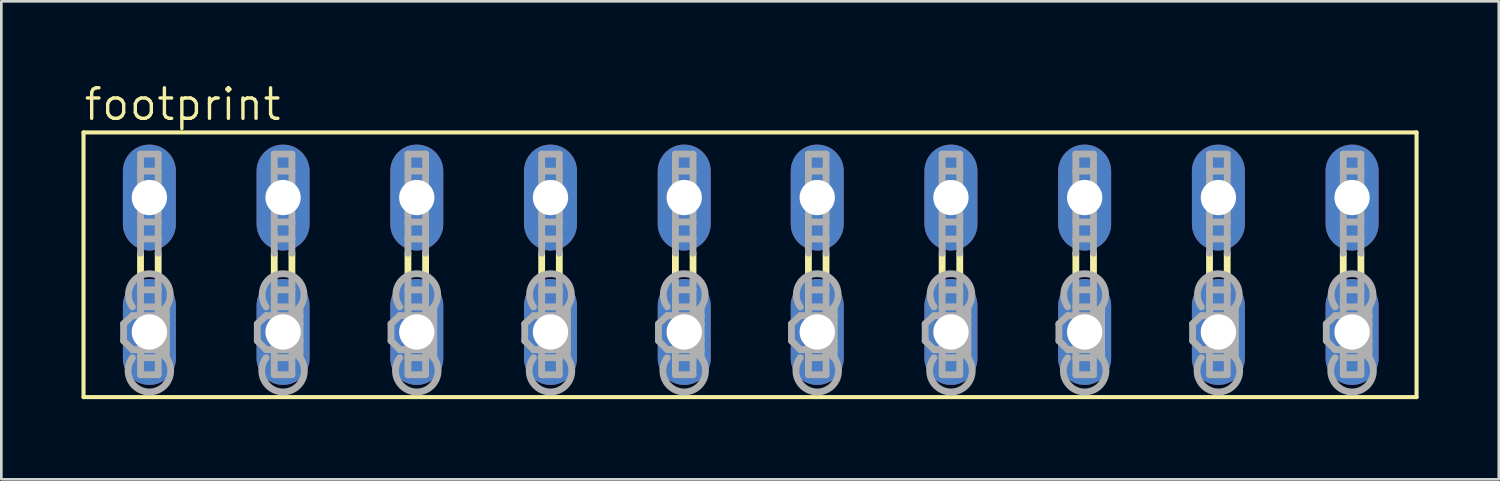
<source format=kicad_pcb>
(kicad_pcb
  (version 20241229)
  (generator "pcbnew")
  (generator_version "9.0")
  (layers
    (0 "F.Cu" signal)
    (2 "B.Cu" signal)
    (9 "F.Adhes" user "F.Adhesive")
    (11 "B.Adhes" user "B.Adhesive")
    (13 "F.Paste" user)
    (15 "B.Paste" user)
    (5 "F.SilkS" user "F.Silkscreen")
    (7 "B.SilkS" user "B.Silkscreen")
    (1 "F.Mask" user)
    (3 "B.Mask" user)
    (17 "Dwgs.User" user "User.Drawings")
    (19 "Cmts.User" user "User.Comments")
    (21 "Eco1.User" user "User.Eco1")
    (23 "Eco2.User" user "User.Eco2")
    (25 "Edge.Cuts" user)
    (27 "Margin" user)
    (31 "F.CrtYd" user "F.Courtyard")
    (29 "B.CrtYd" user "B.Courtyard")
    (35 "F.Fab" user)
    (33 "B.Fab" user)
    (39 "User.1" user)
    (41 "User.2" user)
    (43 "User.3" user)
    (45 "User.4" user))
  (footprint "footprint"
    (layer "F.Cu")
    (at 25.044 6.858)
    (property "Reference" "footprint" (at -25.019 -5.334 0) (layer "F.SilkS") (effects (font (size 1.143 1.143) (thickness 0.127)) (justify left bottom)))
    (fp_line (start -24.968 -4.953) (end -24.968 4.953) (stroke (width 0.152) (type solid)) (layer "F.SilkS"))
    (fp_line (start -24.968 -4.953) (end 24.917 -4.953) (stroke (width 0.152) (type solid)) (layer "F.SilkS"))
    (fp_line (start -22.835 0.432) (end -22.835 -0.432) (stroke (width 0.254) (type solid)) (layer "F.SilkS"))
    (fp_line (start -22.174 0.432) (end -22.174 -0.432) (stroke (width 0.254) (type solid)) (layer "F.SilkS"))
    (fp_line (start -17.831 0.432) (end -17.831 -0.432) (stroke (width 0.254) (type solid)) (layer "F.SilkS"))
    (fp_line (start -17.17 0.432) (end -17.17 -0.432) (stroke (width 0.254) (type solid)) (layer "F.SilkS"))
    (fp_line (start -12.827 0.432) (end -12.827 -0.432) (stroke (width 0.254) (type solid)) (layer "F.SilkS"))
    (fp_line (start -12.167 0.432) (end -12.167 -0.432) (stroke (width 0.254) (type solid)) (layer "F.SilkS"))
    (fp_line (start -7.823 0.432) (end -7.823 -0.432) (stroke (width 0.254) (type solid)) (layer "F.SilkS"))
    (fp_line (start -7.163 0.432) (end -7.163 -0.432) (stroke (width 0.254) (type solid)) (layer "F.SilkS"))
    (fp_line (start -2.819 0.432) (end -2.819 -0.432) (stroke (width 0.254) (type solid)) (layer "F.SilkS"))
    (fp_line (start -2.159 0.432) (end -2.159 -0.432) (stroke (width 0.254) (type solid)) (layer "F.SilkS"))
    (fp_line (start 2.159 0.432) (end 2.159 -0.432) (stroke (width 0.254) (type solid)) (layer "F.SilkS"))
    (fp_line (start 2.819 0.432) (end 2.819 -0.432) (stroke (width 0.254) (type solid)) (layer "F.SilkS"))
    (fp_line (start 7.163 0.432) (end 7.163 -0.432) (stroke (width 0.254) (type solid)) (layer "F.SilkS"))
    (fp_line (start 7.823 0.432) (end 7.823 -0.432) (stroke (width 0.254) (type solid)) (layer "F.SilkS"))
    (fp_line (start 12.167 0.432) (end 12.167 -0.432) (stroke (width 0.254) (type solid)) (layer "F.SilkS"))
    (fp_line (start 12.827 0.432) (end 12.827 -0.432) (stroke (width 0.254) (type solid)) (layer "F.SilkS"))
    (fp_line (start 17.17 0.432) (end 17.17 -0.432) (stroke (width 0.254) (type solid)) (layer "F.SilkS"))
    (fp_line (start 17.831 0.432) (end 17.831 -0.432) (stroke (width 0.254) (type solid)) (layer "F.SilkS"))
    (fp_line (start 22.174 0.432) (end 22.174 -0.432) (stroke (width 0.254) (type solid)) (layer "F.SilkS"))
    (fp_line (start 22.835 0.432) (end 22.835 -0.432) (stroke (width 0.254) (type solid)) (layer "F.SilkS"))
    (fp_line (start 24.917 4.953) (end -24.968 4.953) (stroke (width 0.152) (type solid)) (layer "F.SilkS"))
    (fp_line (start 24.917 4.953) (end 24.917 -4.953) (stroke (width 0.152) (type solid)) (layer "F.SilkS"))
    (fp_line (start -23.47 2.21) (end -23.139 1.905) (stroke (width 0.254) (type solid)) (layer "F.Fab"))
    (fp_line (start -23.47 2.845) (end -23.47 2.21) (stroke (width 0.254) (type solid)) (layer "F.Fab"))
    (fp_line (start -23.47 2.845) (end -23.139 3.175) (stroke (width 0.254) (type solid)) (layer "F.Fab"))
    (fp_line (start -22.835 -4.14) (end -22.174 -4.14) (stroke (width 0.254) (type solid)) (layer "F.Fab"))
    (fp_line (start -22.835 -3.505) (end -22.835 -4.14) (stroke (width 0.254) (type solid)) (layer "F.Fab"))
    (fp_line (start -22.835 -3.505) (end -22.835 -1.6) (stroke (width 0.254) (type solid)) (layer "F.Fab"))
    (fp_line (start -22.835 -1.6) (end -22.835 -0.965) (stroke (width 0.254) (type solid)) (layer "F.Fab"))
    (fp_line (start -22.835 -1.6) (end -22.174 -1.6) (stroke (width 0.254) (type solid)) (layer "F.Fab"))
    (fp_line (start -22.835 -0.965) (end -22.174 -0.965) (stroke (width 0.254) (type solid)) (layer "F.Fab"))
    (fp_line (start -22.835 -0.432) (end -22.835 -0.965) (stroke (width 0.254) (type solid)) (layer "F.Fab"))
    (fp_line (start -22.835 0.94) (end -22.835 0.432) (stroke (width 0.254) (type solid)) (layer "F.Fab"))
    (fp_line (start -22.835 0.94) (end -22.174 0.94) (stroke (width 0.254) (type solid)) (layer "F.Fab"))
    (fp_line (start -22.835 1.575) (end -22.835 0.94) (stroke (width 0.254) (type solid)) (layer "F.Fab"))
    (fp_line (start -22.835 1.575) (end -22.835 3.48) (stroke (width 0.254) (type solid)) (layer "F.Fab"))
    (fp_line (start -22.835 3.48) (end -22.835 4.115) (stroke (width 0.254) (type solid)) (layer "F.Fab"))
    (fp_line (start -22.835 3.48) (end -22.174 3.48) (stroke (width 0.254) (type solid)) (layer "F.Fab"))
    (fp_line (start -22.835 4.115) (end -22.174 4.115) (stroke (width 0.254) (type solid)) (layer "F.Fab"))
    (fp_line (start -22.174 -4.14) (end -22.174 -3.505) (stroke (width 0.254) (type solid)) (layer "F.Fab"))
    (fp_line (start -22.174 -3.505) (end -22.835 -3.505) (stroke (width 0.254) (type solid)) (layer "F.Fab"))
    (fp_line (start -22.174 -1.6) (end -22.174 -3.505) (stroke (width 0.254) (type solid)) (layer "F.Fab"))
    (fp_line (start -22.174 -0.965) (end -22.174 -1.6) (stroke (width 0.254) (type solid)) (layer "F.Fab"))
    (fp_line (start -22.174 -0.432) (end -22.174 -0.965) (stroke (width 0.254) (type solid)) (layer "F.Fab"))
    (fp_line (start -22.174 0.94) (end -22.174 0.432) (stroke (width 0.254) (type solid)) (layer "F.Fab"))
    (fp_line (start -22.174 0.94) (end -22.174 1.575) (stroke (width 0.254) (type solid)) (layer "F.Fab"))
    (fp_line (start -22.174 1.575) (end -22.835 1.575) (stroke (width 0.254) (type solid)) (layer "F.Fab"))
    (fp_line (start -22.174 1.905) (end -23.139 1.905) (stroke (width 0.254) (type solid)) (layer "F.Fab"))
    (fp_line (start -22.174 1.905) (end -22.174 1.575) (stroke (width 0.254) (type solid)) (layer "F.Fab"))
    (fp_line (start -22.174 1.905) (end -21.869 1.575) (stroke (width 0.254) (type solid)) (layer "F.Fab"))
    (fp_line (start -22.174 1.905) (end -21.869 2.21) (stroke (width 0.254) (type solid)) (layer "F.Fab"))
    (fp_line (start -22.174 3.175) (end -23.139 3.175) (stroke (width 0.254) (type solid)) (layer "F.Fab"))
    (fp_line (start -22.174 3.175) (end -22.174 1.905) (stroke (width 0.254) (type solid)) (layer "F.Fab"))
    (fp_line (start -22.174 3.175) (end -21.869 2.845) (stroke (width 0.254) (type solid)) (layer "F.Fab"))
    (fp_line (start -22.174 3.175) (end -21.869 3.48) (stroke (width 0.254) (type solid)) (layer "F.Fab"))
    (fp_line (start -22.174 3.48) (end -22.174 3.175) (stroke (width 0.254) (type solid)) (layer "F.Fab"))
    (fp_line (start -22.174 4.115) (end -22.174 3.48) (stroke (width 0.254) (type solid)) (layer "F.Fab"))
    (fp_line (start -21.869 1.905) (end -22.174 1.905) (stroke (width 0.254) (type solid)) (layer "F.Fab"))
    (fp_line (start -21.869 1.905) (end -21.869 1.575) (stroke (width 0.254) (type solid)) (layer "F.Fab"))
    (fp_line (start -21.869 2.21) (end -21.869 1.905) (stroke (width 0.254) (type solid)) (layer "F.Fab"))
    (fp_line (start -21.869 2.845) (end -21.869 2.21) (stroke (width 0.254) (type solid)) (layer "F.Fab"))
    (fp_line (start -21.869 3.175) (end -22.174 3.175) (stroke (width 0.254) (type solid)) (layer "F.Fab"))
    (fp_line (start -21.869 3.175) (end -21.869 2.845) (stroke (width 0.254) (type solid)) (layer "F.Fab"))
    (fp_line (start -21.869 3.48) (end -21.869 3.175) (stroke (width 0.254) (type solid)) (layer "F.Fab"))
    (fp_line (start -18.466 2.21) (end -18.136 1.905) (stroke (width 0.254) (type solid)) (layer "F.Fab"))
    (fp_line (start -18.466 2.845) (end -18.466 2.21) (stroke (width 0.254) (type solid)) (layer "F.Fab"))
    (fp_line (start -18.466 2.845) (end -18.136 3.175) (stroke (width 0.254) (type solid)) (layer "F.Fab"))
    (fp_line (start -17.831 -4.14) (end -17.17 -4.14) (stroke (width 0.254) (type solid)) (layer "F.Fab"))
    (fp_line (start -17.831 -3.505) (end -17.831 -4.14) (stroke (width 0.254) (type solid)) (layer "F.Fab"))
    (fp_line (start -17.831 -3.505) (end -17.831 -1.6) (stroke (width 0.254) (type solid)) (layer "F.Fab"))
    (fp_line (start -17.831 -1.6) (end -17.831 -0.965) (stroke (width 0.254) (type solid)) (layer "F.Fab"))
    (fp_line (start -17.831 -1.6) (end -17.17 -1.6) (stroke (width 0.254) (type solid)) (layer "F.Fab"))
    (fp_line (start -17.831 -0.965) (end -17.17 -0.965) (stroke (width 0.254) (type solid)) (layer "F.Fab"))
    (fp_line (start -17.831 -0.432) (end -17.831 -0.965) (stroke (width 0.254) (type solid)) (layer "F.Fab"))
    (fp_line (start -17.831 0.94) (end -17.831 0.432) (stroke (width 0.254) (type solid)) (layer "F.Fab"))
    (fp_line (start -17.831 0.94) (end -17.17 0.94) (stroke (width 0.254) (type solid)) (layer "F.Fab"))
    (fp_line (start -17.831 1.575) (end -17.831 0.94) (stroke (width 0.254) (type solid)) (layer "F.Fab"))
    (fp_line (start -17.831 1.575) (end -17.831 3.48) (stroke (width 0.254) (type solid)) (layer "F.Fab"))
    (fp_line (start -17.831 3.48) (end -17.831 4.115) (stroke (width 0.254) (type solid)) (layer "F.Fab"))
    (fp_line (start -17.831 3.48) (end -17.17 3.48) (stroke (width 0.254) (type solid)) (layer "F.Fab"))
    (fp_line (start -17.831 4.115) (end -17.17 4.115) (stroke (width 0.254) (type solid)) (layer "F.Fab"))
    (fp_line (start -17.17 -4.14) (end -17.17 -3.505) (stroke (width 0.254) (type solid)) (layer "F.Fab"))
    (fp_line (start -17.17 -3.505) (end -17.831 -3.505) (stroke (width 0.254) (type solid)) (layer "F.Fab"))
    (fp_line (start -17.17 -1.6) (end -17.17 -3.505) (stroke (width 0.254) (type solid)) (layer "F.Fab"))
    (fp_line (start -17.17 -0.965) (end -17.17 -1.6) (stroke (width 0.254) (type solid)) (layer "F.Fab"))
    (fp_line (start -17.17 -0.432) (end -17.17 -0.965) (stroke (width 0.254) (type solid)) (layer "F.Fab"))
    (fp_line (start -17.17 0.94) (end -17.17 0.432) (stroke (width 0.254) (type solid)) (layer "F.Fab"))
    (fp_line (start -17.17 0.94) (end -17.17 1.575) (stroke (width 0.254) (type solid)) (layer "F.Fab"))
    (fp_line (start -17.17 1.575) (end -17.831 1.575) (stroke (width 0.254) (type solid)) (layer "F.Fab"))
    (fp_line (start -17.17 1.905) (end -18.136 1.905) (stroke (width 0.254) (type solid)) (layer "F.Fab"))
    (fp_line (start -17.17 1.905) (end -17.17 1.575) (stroke (width 0.254) (type solid)) (layer "F.Fab"))
    (fp_line (start -17.17 1.905) (end -16.866 1.575) (stroke (width 0.254) (type solid)) (layer "F.Fab"))
    (fp_line (start -17.17 1.905) (end -16.866 2.21) (stroke (width 0.254) (type solid)) (layer "F.Fab"))
    (fp_line (start -17.17 3.175) (end -18.136 3.175) (stroke (width 0.254) (type solid)) (layer "F.Fab"))
    (fp_line (start -17.17 3.175) (end -17.17 1.905) (stroke (width 0.254) (type solid)) (layer "F.Fab"))
    (fp_line (start -17.17 3.175) (end -16.866 2.845) (stroke (width 0.254) (type solid)) (layer "F.Fab"))
    (fp_line (start -17.17 3.175) (end -16.866 3.48) (stroke (width 0.254) (type solid)) (layer "F.Fab"))
    (fp_line (start -17.17 3.48) (end -17.17 3.175) (stroke (width 0.254) (type solid)) (layer "F.Fab"))
    (fp_line (start -17.17 4.115) (end -17.17 3.48) (stroke (width 0.254) (type solid)) (layer "F.Fab"))
    (fp_line (start -16.866 1.905) (end -17.17 1.905) (stroke (width 0.254) (type solid)) (layer "F.Fab"))
    (fp_line (start -16.866 1.905) (end -16.866 1.575) (stroke (width 0.254) (type solid)) (layer "F.Fab"))
    (fp_line (start -16.866 2.21) (end -16.866 1.905) (stroke (width 0.254) (type solid)) (layer "F.Fab"))
    (fp_line (start -16.866 2.845) (end -16.866 2.21) (stroke (width 0.254) (type solid)) (layer "F.Fab"))
    (fp_line (start -16.866 3.175) (end -17.17 3.175) (stroke (width 0.254) (type solid)) (layer "F.Fab"))
    (fp_line (start -16.866 3.175) (end -16.866 2.845) (stroke (width 0.254) (type solid)) (layer "F.Fab"))
    (fp_line (start -16.866 3.48) (end -16.866 3.175) (stroke (width 0.254) (type solid)) (layer "F.Fab"))
    (fp_line (start -13.462 2.21) (end -13.132 1.905) (stroke (width 0.254) (type solid)) (layer "F.Fab"))
    (fp_line (start -13.462 2.845) (end -13.462 2.21) (stroke (width 0.254) (type solid)) (layer "F.Fab"))
    (fp_line (start -13.462 2.845) (end -13.132 3.175) (stroke (width 0.254) (type solid)) (layer "F.Fab"))
    (fp_line (start -12.827 -4.14) (end -12.167 -4.14) (stroke (width 0.254) (type solid)) (layer "F.Fab"))
    (fp_line (start -12.827 -3.505) (end -12.827 -4.14) (stroke (width 0.254) (type solid)) (layer "F.Fab"))
    (fp_line (start -12.827 -3.505) (end -12.827 -1.6) (stroke (width 0.254) (type solid)) (layer "F.Fab"))
    (fp_line (start -12.827 -1.6) (end -12.167 -1.6) (stroke (width 0.254) (type solid)) (layer "F.Fab"))
    (fp_line (start -12.827 -0.965) (end -12.827 -1.6) (stroke (width 0.254) (type solid)) (layer "F.Fab"))
    (fp_line (start -12.827 -0.965) (end -12.167 -0.965) (stroke (width 0.254) (type solid)) (layer "F.Fab"))
    (fp_line (start -12.827 -0.432) (end -12.827 -0.965) (stroke (width 0.254) (type solid)) (layer "F.Fab"))
    (fp_line (start -12.827 0.94) (end -12.827 0.432) (stroke (width 0.254) (type solid)) (layer "F.Fab"))
    (fp_line (start -12.827 0.94) (end -12.167 0.94) (stroke (width 0.254) (type solid)) (layer "F.Fab"))
    (fp_line (start -12.827 1.575) (end -12.827 0.94) (stroke (width 0.254) (type solid)) (layer "F.Fab"))
    (fp_line (start -12.827 1.575) (end -12.827 3.48) (stroke (width 0.254) (type solid)) (layer "F.Fab"))
    (fp_line (start -12.827 3.48) (end -12.827 4.115) (stroke (width 0.254) (type solid)) (layer "F.Fab"))
    (fp_line (start -12.827 3.48) (end -12.167 3.48) (stroke (width 0.254) (type solid)) (layer "F.Fab"))
    (fp_line (start -12.827 4.115) (end -12.167 4.115) (stroke (width 0.254) (type solid)) (layer "F.Fab"))
    (fp_line (start -12.167 -4.14) (end -12.167 -3.505) (stroke (width 0.254) (type solid)) (layer "F.Fab"))
    (fp_line (start -12.167 -3.505) (end -12.827 -3.505) (stroke (width 0.254) (type solid)) (layer "F.Fab"))
    (fp_line (start -12.167 -1.6) (end -12.167 -3.505) (stroke (width 0.254) (type solid)) (layer "F.Fab"))
    (fp_line (start -12.167 -0.965) (end -12.167 -1.6) (stroke (width 0.254) (type solid)) (layer "F.Fab"))
    (fp_line (start -12.167 -0.432) (end -12.167 -0.965) (stroke (width 0.254) (type solid)) (layer "F.Fab"))
    (fp_line (start -12.167 0.94) (end -12.167 0.432) (stroke (width 0.254) (type solid)) (layer "F.Fab"))
    (fp_line (start -12.167 0.94) (end -12.167 1.575) (stroke (width 0.254) (type solid)) (layer "F.Fab"))
    (fp_line (start -12.167 1.575) (end -12.827 1.575) (stroke (width 0.254) (type solid)) (layer "F.Fab"))
    (fp_line (start -12.167 1.905) (end -13.132 1.905) (stroke (width 0.254) (type solid)) (layer "F.Fab"))
    (fp_line (start -12.167 1.905) (end -12.167 1.575) (stroke (width 0.254) (type solid)) (layer "F.Fab"))
    (fp_line (start -12.167 1.905) (end -11.862 1.575) (stroke (width 0.254) (type solid)) (layer "F.Fab"))
    (fp_line (start -12.167 1.905) (end -11.862 2.21) (stroke (width 0.254) (type solid)) (layer "F.Fab"))
    (fp_line (start -12.167 3.175) (end -13.132 3.175) (stroke (width 0.254) (type solid)) (layer "F.Fab"))
    (fp_line (start -12.167 3.175) (end -12.167 1.905) (stroke (width 0.254) (type solid)) (layer "F.Fab"))
    (fp_line (start -12.167 3.175) (end -11.862 2.845) (stroke (width 0.254) (type solid)) (layer "F.Fab"))
    (fp_line (start -12.167 3.175) (end -11.862 3.48) (stroke (width 0.254) (type solid)) (layer "F.Fab"))
    (fp_line (start -12.167 3.48) (end -12.167 3.175) (stroke (width 0.254) (type solid)) (layer "F.Fab"))
    (fp_line (start -12.167 4.115) (end -12.167 3.48) (stroke (width 0.254) (type solid)) (layer "F.Fab"))
    (fp_line (start -11.862 1.905) (end -12.167 1.905) (stroke (width 0.254) (type solid)) (layer "F.Fab"))
    (fp_line (start -11.862 1.905) (end -11.862 1.575) (stroke (width 0.254) (type solid)) (layer "F.Fab"))
    (fp_line (start -11.862 2.21) (end -11.862 1.905) (stroke (width 0.254) (type solid)) (layer "F.Fab"))
    (fp_line (start -11.862 2.845) (end -11.862 2.21) (stroke (width 0.254) (type solid)) (layer "F.Fab"))
    (fp_line (start -11.862 3.175) (end -12.167 3.175) (stroke (width 0.254) (type solid)) (layer "F.Fab"))
    (fp_line (start -11.862 3.175) (end -11.862 2.845) (stroke (width 0.254) (type solid)) (layer "F.Fab"))
    (fp_line (start -11.862 3.48) (end -11.862 3.175) (stroke (width 0.254) (type solid)) (layer "F.Fab"))
    (fp_line (start -8.458 2.21) (end -8.128 1.905) (stroke (width 0.254) (type solid)) (layer "F.Fab"))
    (fp_line (start -8.458 2.845) (end -8.458 2.21) (stroke (width 0.254) (type solid)) (layer "F.Fab"))
    (fp_line (start -8.458 2.845) (end -8.128 3.175) (stroke (width 0.254) (type solid)) (layer "F.Fab"))
    (fp_line (start -7.823 -4.14) (end -7.163 -4.14) (stroke (width 0.254) (type solid)) (layer "F.Fab"))
    (fp_line (start -7.823 -3.505) (end -7.823 -4.14) (stroke (width 0.254) (type solid)) (layer "F.Fab"))
    (fp_line (start -7.823 -3.505) (end -7.823 -1.6) (stroke (width 0.254) (type solid)) (layer "F.Fab"))
    (fp_line (start -7.823 -1.6) (end -7.163 -1.6) (stroke (width 0.254) (type solid)) (layer "F.Fab"))
    (fp_line (start -7.823 -0.965) (end -7.823 -1.6) (stroke (width 0.254) (type solid)) (layer "F.Fab"))
    (fp_line (start -7.823 -0.965) (end -7.163 -0.965) (stroke (width 0.254) (type solid)) (layer "F.Fab"))
    (fp_line (start -7.823 -0.432) (end -7.823 -0.965) (stroke (width 0.254) (type solid)) (layer "F.Fab"))
    (fp_line (start -7.823 0.94) (end -7.823 0.432) (stroke (width 0.254) (type solid)) (layer "F.Fab"))
    (fp_line (start -7.823 0.94) (end -7.163 0.94) (stroke (width 0.254) (type solid)) (layer "F.Fab"))
    (fp_line (start -7.823 1.575) (end -7.823 0.94) (stroke (width 0.254) (type solid)) (layer "F.Fab"))
    (fp_line (start -7.823 1.575) (end -7.823 3.48) (stroke (width 0.254) (type solid)) (layer "F.Fab"))
    (fp_line (start -7.823 3.48) (end -7.823 4.115) (stroke (width 0.254) (type solid)) (layer "F.Fab"))
    (fp_line (start -7.823 3.48) (end -7.163 3.48) (stroke (width 0.254) (type solid)) (layer "F.Fab"))
    (fp_line (start -7.823 4.115) (end -7.163 4.115) (stroke (width 0.254) (type solid)) (layer "F.Fab"))
    (fp_line (start -7.163 -4.14) (end -7.163 -3.505) (stroke (width 0.254) (type solid)) (layer "F.Fab"))
    (fp_line (start -7.163 -3.505) (end -7.823 -3.505) (stroke (width 0.254) (type solid)) (layer "F.Fab"))
    (fp_line (start -7.163 -1.6) (end -7.163 -3.505) (stroke (width 0.254) (type solid)) (layer "F.Fab"))
    (fp_line (start -7.163 -0.965) (end -7.163 -1.6) (stroke (width 0.254) (type solid)) (layer "F.Fab"))
    (fp_line (start -7.163 -0.432) (end -7.163 -0.965) (stroke (width 0.254) (type solid)) (layer "F.Fab"))
    (fp_line (start -7.163 0.94) (end -7.163 0.432) (stroke (width 0.254) (type solid)) (layer "F.Fab"))
    (fp_line (start -7.163 0.94) (end -7.163 1.575) (stroke (width 0.254) (type solid)) (layer "F.Fab"))
    (fp_line (start -7.163 1.575) (end -7.823 1.575) (stroke (width 0.254) (type solid)) (layer "F.Fab"))
    (fp_line (start -7.163 1.905) (end -8.128 1.905) (stroke (width 0.254) (type solid)) (layer "F.Fab"))
    (fp_line (start -7.163 1.905) (end -7.163 1.575) (stroke (width 0.254) (type solid)) (layer "F.Fab"))
    (fp_line (start -7.163 1.905) (end -6.858 1.575) (stroke (width 0.254) (type solid)) (layer "F.Fab"))
    (fp_line (start -7.163 1.905) (end -6.858 2.21) (stroke (width 0.254) (type solid)) (layer "F.Fab"))
    (fp_line (start -7.163 3.175) (end -8.128 3.175) (stroke (width 0.254) (type solid)) (layer "F.Fab"))
    (fp_line (start -7.163 3.175) (end -7.163 1.905) (stroke (width 0.254) (type solid)) (layer "F.Fab"))
    (fp_line (start -7.163 3.175) (end -6.858 2.845) (stroke (width 0.254) (type solid)) (layer "F.Fab"))
    (fp_line (start -7.163 3.175) (end -6.858 3.48) (stroke (width 0.254) (type solid)) (layer "F.Fab"))
    (fp_line (start -7.163 3.48) (end -7.163 3.175) (stroke (width 0.254) (type solid)) (layer "F.Fab"))
    (fp_line (start -7.163 4.115) (end -7.163 3.48) (stroke (width 0.254) (type solid)) (layer "F.Fab"))
    (fp_line (start -6.858 1.905) (end -7.163 1.905) (stroke (width 0.254) (type solid)) (layer "F.Fab"))
    (fp_line (start -6.858 1.905) (end -6.858 1.575) (stroke (width 0.254) (type solid)) (layer "F.Fab"))
    (fp_line (start -6.858 2.21) (end -6.858 1.905) (stroke (width 0.254) (type solid)) (layer "F.Fab"))
    (fp_line (start -6.858 2.845) (end -6.858 2.21) (stroke (width 0.254) (type solid)) (layer "F.Fab"))
    (fp_line (start -6.858 3.175) (end -7.163 3.175) (stroke (width 0.254) (type solid)) (layer "F.Fab"))
    (fp_line (start -6.858 3.175) (end -6.858 2.845) (stroke (width 0.254) (type solid)) (layer "F.Fab"))
    (fp_line (start -6.858 3.48) (end -6.858 3.175) (stroke (width 0.254) (type solid)) (layer "F.Fab"))
    (fp_line (start -3.454 2.21) (end -3.124 1.905) (stroke (width 0.254) (type solid)) (layer "F.Fab"))
    (fp_line (start -3.454 2.845) (end -3.454 2.21) (stroke (width 0.254) (type solid)) (layer "F.Fab"))
    (fp_line (start -3.454 2.845) (end -3.124 3.175) (stroke (width 0.254) (type solid)) (layer "F.Fab"))
    (fp_line (start -2.819 -4.14) (end -2.159 -4.14) (stroke (width 0.254) (type solid)) (layer "F.Fab"))
    (fp_line (start -2.819 -3.505) (end -2.819 -4.14) (stroke (width 0.254) (type solid)) (layer "F.Fab"))
    (fp_line (start -2.819 -3.505) (end -2.819 -1.6) (stroke (width 0.254) (type solid)) (layer "F.Fab"))
    (fp_line (start -2.819 -1.6) (end -2.159 -1.6) (stroke (width 0.254) (type solid)) (layer "F.Fab"))
    (fp_line (start -2.819 -0.965) (end -2.819 -1.6) (stroke (width 0.254) (type solid)) (layer "F.Fab"))
    (fp_line (start -2.819 -0.965) (end -2.159 -0.965) (stroke (width 0.254) (type solid)) (layer "F.Fab"))
    (fp_line (start -2.819 -0.432) (end -2.819 -0.965) (stroke (width 0.254) (type solid)) (layer "F.Fab"))
    (fp_line (start -2.819 0.94) (end -2.819 0.432) (stroke (width 0.254) (type solid)) (layer "F.Fab"))
    (fp_line (start -2.819 0.94) (end -2.159 0.94) (stroke (width 0.254) (type solid)) (layer "F.Fab"))
    (fp_line (start -2.819 1.575) (end -2.819 0.94) (stroke (width 0.254) (type solid)) (layer "F.Fab"))
    (fp_line (start -2.819 1.575) (end -2.819 3.48) (stroke (width 0.254) (type solid)) (layer "F.Fab"))
    (fp_line (start -2.819 3.48) (end -2.819 4.115) (stroke (width 0.254) (type solid)) (layer "F.Fab"))
    (fp_line (start -2.819 3.48) (end -2.159 3.48) (stroke (width 0.254) (type solid)) (layer "F.Fab"))
    (fp_line (start -2.819 4.115) (end -2.159 4.115) (stroke (width 0.254) (type solid)) (layer "F.Fab"))
    (fp_line (start -2.159 -4.14) (end -2.159 -3.505) (stroke (width 0.254) (type solid)) (layer "F.Fab"))
    (fp_line (start -2.159 -3.505) (end -2.819 -3.505) (stroke (width 0.254) (type solid)) (layer "F.Fab"))
    (fp_line (start -2.159 -1.6) (end -2.159 -3.505) (stroke (width 0.254) (type solid)) (layer "F.Fab"))
    (fp_line (start -2.159 -0.965) (end -2.159 -1.6) (stroke (width 0.254) (type solid)) (layer "F.Fab"))
    (fp_line (start -2.159 -0.432) (end -2.159 -0.965) (stroke (width 0.254) (type solid)) (layer "F.Fab"))
    (fp_line (start -2.159 0.94) (end -2.159 0.432) (stroke (width 0.254) (type solid)) (layer "F.Fab"))
    (fp_line (start -2.159 0.94) (end -2.159 1.575) (stroke (width 0.254) (type solid)) (layer "F.Fab"))
    (fp_line (start -2.159 1.575) (end -2.819 1.575) (stroke (width 0.254) (type solid)) (layer "F.Fab"))
    (fp_line (start -2.159 1.905) (end -3.124 1.905) (stroke (width 0.254) (type solid)) (layer "F.Fab"))
    (fp_line (start -2.159 1.905) (end -2.159 1.575) (stroke (width 0.254) (type solid)) (layer "F.Fab"))
    (fp_line (start -2.159 1.905) (end -1.854 1.575) (stroke (width 0.254) (type solid)) (layer "F.Fab"))
    (fp_line (start -2.159 1.905) (end -1.854 2.21) (stroke (width 0.254) (type solid)) (layer "F.Fab"))
    (fp_line (start -2.159 3.175) (end -3.124 3.175) (stroke (width 0.254) (type solid)) (layer "F.Fab"))
    (fp_line (start -2.159 3.175) (end -2.159 1.905) (stroke (width 0.254) (type solid)) (layer "F.Fab"))
    (fp_line (start -2.159 3.175) (end -1.854 2.845) (stroke (width 0.254) (type solid)) (layer "F.Fab"))
    (fp_line (start -2.159 3.175) (end -1.854 3.48) (stroke (width 0.254) (type solid)) (layer "F.Fab"))
    (fp_line (start -2.159 3.48) (end -2.159 3.175) (stroke (width 0.254) (type solid)) (layer "F.Fab"))
    (fp_line (start -2.159 4.115) (end -2.159 3.48) (stroke (width 0.254) (type solid)) (layer "F.Fab"))
    (fp_line (start -1.854 1.905) (end -2.159 1.905) (stroke (width 0.254) (type solid)) (layer "F.Fab"))
    (fp_line (start -1.854 1.905) (end -1.854 1.575) (stroke (width 0.254) (type solid)) (layer "F.Fab"))
    (fp_line (start -1.854 2.21) (end -1.854 1.905) (stroke (width 0.254) (type solid)) (layer "F.Fab"))
    (fp_line (start -1.854 2.845) (end -1.854 2.21) (stroke (width 0.254) (type solid)) (layer "F.Fab"))
    (fp_line (start -1.854 3.175) (end -2.159 3.175) (stroke (width 0.254) (type solid)) (layer "F.Fab"))
    (fp_line (start -1.854 3.175) (end -1.854 2.845) (stroke (width 0.254) (type solid)) (layer "F.Fab"))
    (fp_line (start -1.854 3.48) (end -1.854 3.175) (stroke (width 0.254) (type solid)) (layer "F.Fab"))
    (fp_line (start 1.524 2.21) (end 1.854 1.905) (stroke (width 0.254) (type solid)) (layer "F.Fab"))
    (fp_line (start 1.524 2.845) (end 1.524 2.21) (stroke (width 0.254) (type solid)) (layer "F.Fab"))
    (fp_line (start 1.524 2.845) (end 1.854 3.175) (stroke (width 0.254) (type solid)) (layer "F.Fab"))
    (fp_line (start 2.159 -4.14) (end 2.819 -4.14) (stroke (width 0.254) (type solid)) (layer "F.Fab"))
    (fp_line (start 2.159 -3.505) (end 2.159 -4.14) (stroke (width 0.254) (type solid)) (layer "F.Fab"))
    (fp_line (start 2.159 -3.505) (end 2.159 -1.6) (stroke (width 0.254) (type solid)) (layer "F.Fab"))
    (fp_line (start 2.159 -1.6) (end 2.159 -0.965) (stroke (width 0.254) (type solid)) (layer "F.Fab"))
    (fp_line (start 2.159 -1.6) (end 2.819 -1.6) (stroke (width 0.254) (type solid)) (layer "F.Fab"))
    (fp_line (start 2.159 -0.965) (end 2.819 -0.965) (stroke (width 0.254) (type solid)) (layer "F.Fab"))
    (fp_line (start 2.159 -0.432) (end 2.159 -0.965) (stroke (width 0.254) (type solid)) (layer "F.Fab"))
    (fp_line (start 2.159 0.94) (end 2.159 0.432) (stroke (width 0.254) (type solid)) (layer "F.Fab"))
    (fp_line (start 2.159 0.94) (end 2.819 0.94) (stroke (width 0.254) (type solid)) (layer "F.Fab"))
    (fp_line (start 2.159 1.575) (end 2.159 0.94) (stroke (width 0.254) (type solid)) (layer "F.Fab"))
    (fp_line (start 2.159 1.575) (end 2.159 3.48) (stroke (width 0.254) (type solid)) (layer "F.Fab"))
    (fp_line (start 2.159 3.48) (end 2.159 4.115) (stroke (width 0.254) (type solid)) (layer "F.Fab"))
    (fp_line (start 2.159 3.48) (end 2.819 3.48) (stroke (width 0.254) (type solid)) (layer "F.Fab"))
    (fp_line (start 2.159 4.115) (end 2.819 4.115) (stroke (width 0.254) (type solid)) (layer "F.Fab"))
    (fp_line (start 2.819 -4.14) (end 2.819 -3.505) (stroke (width 0.254) (type solid)) (layer "F.Fab"))
    (fp_line (start 2.819 -3.505) (end 2.159 -3.505) (stroke (width 0.254) (type solid)) (layer "F.Fab"))
    (fp_line (start 2.819 -1.6) (end 2.819 -3.505) (stroke (width 0.254) (type solid)) (layer "F.Fab"))
    (fp_line (start 2.819 -0.965) (end 2.819 -1.6) (stroke (width 0.254) (type solid)) (layer "F.Fab"))
    (fp_line (start 2.819 -0.432) (end 2.819 -0.965) (stroke (width 0.254) (type solid)) (layer "F.Fab"))
    (fp_line (start 2.819 0.94) (end 2.819 0.432) (stroke (width 0.254) (type solid)) (layer "F.Fab"))
    (fp_line (start 2.819 0.94) (end 2.819 1.575) (stroke (width 0.254) (type solid)) (layer "F.Fab"))
    (fp_line (start 2.819 1.575) (end 2.159 1.575) (stroke (width 0.254) (type solid)) (layer "F.Fab"))
    (fp_line (start 2.819 1.905) (end 1.854 1.905) (stroke (width 0.254) (type solid)) (layer "F.Fab"))
    (fp_line (start 2.819 1.905) (end 2.819 1.575) (stroke (width 0.254) (type solid)) (layer "F.Fab"))
    (fp_line (start 2.819 1.905) (end 3.124 1.575) (stroke (width 0.254) (type solid)) (layer "F.Fab"))
    (fp_line (start 2.819 1.905) (end 3.124 2.21) (stroke (width 0.254) (type solid)) (layer "F.Fab"))
    (fp_line (start 2.819 3.175) (end 1.854 3.175) (stroke (width 0.254) (type solid)) (layer "F.Fab"))
    (fp_line (start 2.819 3.175) (end 2.819 1.905) (stroke (width 0.254) (type solid)) (layer "F.Fab"))
    (fp_line (start 2.819 3.175) (end 3.124 2.845) (stroke (width 0.254) (type solid)) (layer "F.Fab"))
    (fp_line (start 2.819 3.175) (end 3.124 3.48) (stroke (width 0.254) (type solid)) (layer "F.Fab"))
    (fp_line (start 2.819 3.48) (end 2.819 3.175) (stroke (width 0.254) (type solid)) (layer "F.Fab"))
    (fp_line (start 2.819 4.115) (end 2.819 3.48) (stroke (width 0.254) (type solid)) (layer "F.Fab"))
    (fp_line (start 3.124 1.905) (end 2.819 1.905) (stroke (width 0.254) (type solid)) (layer "F.Fab"))
    (fp_line (start 3.124 1.905) (end 3.124 1.575) (stroke (width 0.254) (type solid)) (layer "F.Fab"))
    (fp_line (start 3.124 2.21) (end 3.124 1.905) (stroke (width 0.254) (type solid)) (layer "F.Fab"))
    (fp_line (start 3.124 2.845) (end 3.124 2.21) (stroke (width 0.254) (type solid)) (layer "F.Fab"))
    (fp_line (start 3.124 3.175) (end 2.819 3.175) (stroke (width 0.254) (type solid)) (layer "F.Fab"))
    (fp_line (start 3.124 3.175) (end 3.124 2.845) (stroke (width 0.254) (type solid)) (layer "F.Fab"))
    (fp_line (start 3.124 3.48) (end 3.124 3.175) (stroke (width 0.254) (type solid)) (layer "F.Fab"))
    (fp_line (start 6.528 2.21) (end 6.858 1.905) (stroke (width 0.254) (type solid)) (layer "F.Fab"))
    (fp_line (start 6.528 2.845) (end 6.528 2.21) (stroke (width 0.254) (type solid)) (layer "F.Fab"))
    (fp_line (start 6.528 2.845) (end 6.858 3.175) (stroke (width 0.254) (type solid)) (layer "F.Fab"))
    (fp_line (start 7.163 -4.14) (end 7.823 -4.14) (stroke (width 0.254) (type solid)) (layer "F.Fab"))
    (fp_line (start 7.163 -3.505) (end 7.163 -4.14) (stroke (width 0.254) (type solid)) (layer "F.Fab"))
    (fp_line (start 7.163 -3.505) (end 7.163 -1.6) (stroke (width 0.254) (type solid)) (layer "F.Fab"))
    (fp_line (start 7.163 -1.6) (end 7.163 -0.965) (stroke (width 0.254) (type solid)) (layer "F.Fab"))
    (fp_line (start 7.163 -1.6) (end 7.823 -1.6) (stroke (width 0.254) (type solid)) (layer "F.Fab"))
    (fp_line (start 7.163 -0.965) (end 7.823 -0.965) (stroke (width 0.254) (type solid)) (layer "F.Fab"))
    (fp_line (start 7.163 -0.432) (end 7.163 -0.965) (stroke (width 0.254) (type solid)) (layer "F.Fab"))
    (fp_line (start 7.163 0.94) (end 7.163 0.432) (stroke (width 0.254) (type solid)) (layer "F.Fab"))
    (fp_line (start 7.163 0.94) (end 7.823 0.94) (stroke (width 0.254) (type solid)) (layer "F.Fab"))
    (fp_line (start 7.163 1.575) (end 7.163 0.94) (stroke (width 0.254) (type solid)) (layer "F.Fab"))
    (fp_line (start 7.163 1.575) (end 7.163 3.48) (stroke (width 0.254) (type solid)) (layer "F.Fab"))
    (fp_line (start 7.163 3.48) (end 7.163 4.115) (stroke (width 0.254) (type solid)) (layer "F.Fab"))
    (fp_line (start 7.163 3.48) (end 7.823 3.48) (stroke (width 0.254) (type solid)) (layer "F.Fab"))
    (fp_line (start 7.163 4.115) (end 7.823 4.115) (stroke (width 0.254) (type solid)) (layer "F.Fab"))
    (fp_line (start 7.823 -4.14) (end 7.823 -3.505) (stroke (width 0.254) (type solid)) (layer "F.Fab"))
    (fp_line (start 7.823 -3.505) (end 7.163 -3.505) (stroke (width 0.254) (type solid)) (layer "F.Fab"))
    (fp_line (start 7.823 -1.6) (end 7.823 -3.505) (stroke (width 0.254) (type solid)) (layer "F.Fab"))
    (fp_line (start 7.823 -0.965) (end 7.823 -1.6) (stroke (width 0.254) (type solid)) (layer "F.Fab"))
    (fp_line (start 7.823 -0.432) (end 7.823 -0.965) (stroke (width 0.254) (type solid)) (layer "F.Fab"))
    (fp_line (start 7.823 0.94) (end 7.823 0.432) (stroke (width 0.254) (type solid)) (layer "F.Fab"))
    (fp_line (start 7.823 0.94) (end 7.823 1.575) (stroke (width 0.254) (type solid)) (layer "F.Fab"))
    (fp_line (start 7.823 1.575) (end 7.163 1.575) (stroke (width 0.254) (type solid)) (layer "F.Fab"))
    (fp_line (start 7.823 1.905) (end 6.858 1.905) (stroke (width 0.254) (type solid)) (layer "F.Fab"))
    (fp_line (start 7.823 1.905) (end 7.823 1.575) (stroke (width 0.254) (type solid)) (layer "F.Fab"))
    (fp_line (start 7.823 1.905) (end 8.128 1.575) (stroke (width 0.254) (type solid)) (layer "F.Fab"))
    (fp_line (start 7.823 1.905) (end 8.128 2.21) (stroke (width 0.254) (type solid)) (layer "F.Fab"))
    (fp_line (start 7.823 3.175) (end 6.858 3.175) (stroke (width 0.254) (type solid)) (layer "F.Fab"))
    (fp_line (start 7.823 3.175) (end 7.823 1.905) (stroke (width 0.254) (type solid)) (layer "F.Fab"))
    (fp_line (start 7.823 3.175) (end 8.128 2.845) (stroke (width 0.254) (type solid)) (layer "F.Fab"))
    (fp_line (start 7.823 3.175) (end 8.128 3.48) (stroke (width 0.254) (type solid)) (layer "F.Fab"))
    (fp_line (start 7.823 3.48) (end 7.823 3.175) (stroke (width 0.254) (type solid)) (layer "F.Fab"))
    (fp_line (start 7.823 4.115) (end 7.823 3.48) (stroke (width 0.254) (type solid)) (layer "F.Fab"))
    (fp_line (start 8.128 1.905) (end 7.823 1.905) (stroke (width 0.254) (type solid)) (layer "F.Fab"))
    (fp_line (start 8.128 1.905) (end 8.128 1.575) (stroke (width 0.254) (type solid)) (layer "F.Fab"))
    (fp_line (start 8.128 2.21) (end 8.128 1.905) (stroke (width 0.254) (type solid)) (layer "F.Fab"))
    (fp_line (start 8.128 2.845) (end 8.128 2.21) (stroke (width 0.254) (type solid)) (layer "F.Fab"))
    (fp_line (start 8.128 3.175) (end 7.823 3.175) (stroke (width 0.254) (type solid)) (layer "F.Fab"))
    (fp_line (start 8.128 3.175) (end 8.128 2.845) (stroke (width 0.254) (type solid)) (layer "F.Fab"))
    (fp_line (start 8.128 3.48) (end 8.128 3.175) (stroke (width 0.254) (type solid)) (layer "F.Fab"))
    (fp_line (start 11.532 2.21) (end 11.862 1.905) (stroke (width 0.254) (type solid)) (layer "F.Fab"))
    (fp_line (start 11.532 2.845) (end 11.532 2.21) (stroke (width 0.254) (type solid)) (layer "F.Fab"))
    (fp_line (start 11.532 2.845) (end 11.862 3.175) (stroke (width 0.254) (type solid)) (layer "F.Fab"))
    (fp_line (start 12.167 -4.14) (end 12.827 -4.14) (stroke (width 0.254) (type solid)) (layer "F.Fab"))
    (fp_line (start 12.167 -3.505) (end 12.167 -4.14) (stroke (width 0.254) (type solid)) (layer "F.Fab"))
    (fp_line (start 12.167 -3.505) (end 12.167 -1.6) (stroke (width 0.254) (type solid)) (layer "F.Fab"))
    (fp_line (start 12.167 -1.6) (end 12.827 -1.6) (stroke (width 0.254) (type solid)) (layer "F.Fab"))
    (fp_line (start 12.167 -0.965) (end 12.167 -1.6) (stroke (width 0.254) (type solid)) (layer "F.Fab"))
    (fp_line (start 12.167 -0.965) (end 12.827 -0.965) (stroke (width 0.254) (type solid)) (layer "F.Fab"))
    (fp_line (start 12.167 -0.432) (end 12.167 -0.965) (stroke (width 0.254) (type solid)) (layer "F.Fab"))
    (fp_line (start 12.167 0.94) (end 12.167 0.432) (stroke (width 0.254) (type solid)) (layer "F.Fab"))
    (fp_line (start 12.167 0.94) (end 12.827 0.94) (stroke (width 0.254) (type solid)) (layer "F.Fab"))
    (fp_line (start 12.167 1.575) (end 12.167 0.94) (stroke (width 0.254) (type solid)) (layer "F.Fab"))
    (fp_line (start 12.167 1.575) (end 12.167 3.48) (stroke (width 0.254) (type solid)) (layer "F.Fab"))
    (fp_line (start 12.167 3.48) (end 12.167 4.115) (stroke (width 0.254) (type solid)) (layer "F.Fab"))
    (fp_line (start 12.167 3.48) (end 12.827 3.48) (stroke (width 0.254) (type solid)) (layer "F.Fab"))
    (fp_line (start 12.167 4.115) (end 12.827 4.115) (stroke (width 0.254) (type solid)) (layer "F.Fab"))
    (fp_line (start 12.827 -4.14) (end 12.827 -3.505) (stroke (width 0.254) (type solid)) (layer "F.Fab"))
    (fp_line (start 12.827 -3.505) (end 12.167 -3.505) (stroke (width 0.254) (type solid)) (layer "F.Fab"))
    (fp_line (start 12.827 -1.6) (end 12.827 -3.505) (stroke (width 0.254) (type solid)) (layer "F.Fab"))
    (fp_line (start 12.827 -0.965) (end 12.827 -1.6) (stroke (width 0.254) (type solid)) (layer "F.Fab"))
    (fp_line (start 12.827 -0.432) (end 12.827 -0.965) (stroke (width 0.254) (type solid)) (layer "F.Fab"))
    (fp_line (start 12.827 0.94) (end 12.827 0.432) (stroke (width 0.254) (type solid)) (layer "F.Fab"))
    (fp_line (start 12.827 0.94) (end 12.827 1.575) (stroke (width 0.254) (type solid)) (layer "F.Fab"))
    (fp_line (start 12.827 1.575) (end 12.167 1.575) (stroke (width 0.254) (type solid)) (layer "F.Fab"))
    (fp_line (start 12.827 1.905) (end 11.862 1.905) (stroke (width 0.254) (type solid)) (layer "F.Fab"))
    (fp_line (start 12.827 1.905) (end 12.827 1.575) (stroke (width 0.254) (type solid)) (layer "F.Fab"))
    (fp_line (start 12.827 1.905) (end 13.132 1.575) (stroke (width 0.254) (type solid)) (layer "F.Fab"))
    (fp_line (start 12.827 1.905) (end 13.132 2.21) (stroke (width 0.254) (type solid)) (layer "F.Fab"))
    (fp_line (start 12.827 3.175) (end 11.862 3.175) (stroke (width 0.254) (type solid)) (layer "F.Fab"))
    (fp_line (start 12.827 3.175) (end 12.827 1.905) (stroke (width 0.254) (type solid)) (layer "F.Fab"))
    (fp_line (start 12.827 3.175) (end 13.132 2.845) (stroke (width 0.254) (type solid)) (layer "F.Fab"))
    (fp_line (start 12.827 3.175) (end 13.132 3.48) (stroke (width 0.254) (type solid)) (layer "F.Fab"))
    (fp_line (start 12.827 3.48) (end 12.827 3.175) (stroke (width 0.254) (type solid)) (layer "F.Fab"))
    (fp_line (start 12.827 4.115) (end 12.827 3.48) (stroke (width 0.254) (type solid)) (layer "F.Fab"))
    (fp_line (start 13.132 1.905) (end 12.827 1.905) (stroke (width 0.254) (type solid)) (layer "F.Fab"))
    (fp_line (start 13.132 1.905) (end 13.132 1.575) (stroke (width 0.254) (type solid)) (layer "F.Fab"))
    (fp_line (start 13.132 2.21) (end 13.132 1.905) (stroke (width 0.254) (type solid)) (layer "F.Fab"))
    (fp_line (start 13.132 2.845) (end 13.132 2.21) (stroke (width 0.254) (type solid)) (layer "F.Fab"))
    (fp_line (start 13.132 3.175) (end 12.827 3.175) (stroke (width 0.254) (type solid)) (layer "F.Fab"))
    (fp_line (start 13.132 3.175) (end 13.132 2.845) (stroke (width 0.254) (type solid)) (layer "F.Fab"))
    (fp_line (start 13.132 3.48) (end 13.132 3.175) (stroke (width 0.254) (type solid)) (layer "F.Fab"))
    (fp_line (start 16.535 2.21) (end 16.866 1.905) (stroke (width 0.254) (type solid)) (layer "F.Fab"))
    (fp_line (start 16.535 2.845) (end 16.535 2.21) (stroke (width 0.254) (type solid)) (layer "F.Fab"))
    (fp_line (start 16.535 2.845) (end 16.866 3.175) (stroke (width 0.254) (type solid)) (layer "F.Fab"))
    (fp_line (start 17.17 -4.14) (end 17.831 -4.14) (stroke (width 0.254) (type solid)) (layer "F.Fab"))
    (fp_line (start 17.17 -3.505) (end 17.17 -4.14) (stroke (width 0.254) (type solid)) (layer "F.Fab"))
    (fp_line (start 17.17 -3.505) (end 17.17 -1.6) (stroke (width 0.254) (type solid)) (layer "F.Fab"))
    (fp_line (start 17.17 -1.6) (end 17.831 -1.6) (stroke (width 0.254) (type solid)) (layer "F.Fab"))
    (fp_line (start 17.17 -0.965) (end 17.17 -1.6) (stroke (width 0.254) (type solid)) (layer "F.Fab"))
    (fp_line (start 17.17 -0.965) (end 17.831 -0.965) (stroke (width 0.254) (type solid)) (layer "F.Fab"))
    (fp_line (start 17.17 -0.432) (end 17.17 -0.965) (stroke (width 0.254) (type solid)) (layer "F.Fab"))
    (fp_line (start 17.17 0.94) (end 17.17 0.432) (stroke (width 0.254) (type solid)) (layer "F.Fab"))
    (fp_line (start 17.17 0.94) (end 17.831 0.94) (stroke (width 0.254) (type solid)) (layer "F.Fab"))
    (fp_line (start 17.17 1.575) (end 17.17 0.94) (stroke (width 0.254) (type solid)) (layer "F.Fab"))
    (fp_line (start 17.17 1.575) (end 17.17 3.48) (stroke (width 0.254) (type solid)) (layer "F.Fab"))
    (fp_line (start 17.17 3.48) (end 17.17 4.115) (stroke (width 0.254) (type solid)) (layer "F.Fab"))
    (fp_line (start 17.17 3.48) (end 17.831 3.48) (stroke (width 0.254) (type solid)) (layer "F.Fab"))
    (fp_line (start 17.17 4.115) (end 17.831 4.115) (stroke (width 0.254) (type solid)) (layer "F.Fab"))
    (fp_line (start 17.831 -4.14) (end 17.831 -3.505) (stroke (width 0.254) (type solid)) (layer "F.Fab"))
    (fp_line (start 17.831 -3.505) (end 17.17 -3.505) (stroke (width 0.254) (type solid)) (layer "F.Fab"))
    (fp_line (start 17.831 -1.6) (end 17.831 -3.505) (stroke (width 0.254) (type solid)) (layer "F.Fab"))
    (fp_line (start 17.831 -0.965) (end 17.831 -1.6) (stroke (width 0.254) (type solid)) (layer "F.Fab"))
    (fp_line (start 17.831 -0.432) (end 17.831 -0.965) (stroke (width 0.254) (type solid)) (layer "F.Fab"))
    (fp_line (start 17.831 0.94) (end 17.831 0.432) (stroke (width 0.254) (type solid)) (layer "F.Fab"))
    (fp_line (start 17.831 0.94) (end 17.831 1.575) (stroke (width 0.254) (type solid)) (layer "F.Fab"))
    (fp_line (start 17.831 1.575) (end 17.17 1.575) (stroke (width 0.254) (type solid)) (layer "F.Fab"))
    (fp_line (start 17.831 1.905) (end 16.866 1.905) (stroke (width 0.254) (type solid)) (layer "F.Fab"))
    (fp_line (start 17.831 1.905) (end 17.831 1.575) (stroke (width 0.254) (type solid)) (layer "F.Fab"))
    (fp_line (start 17.831 1.905) (end 18.136 1.575) (stroke (width 0.254) (type solid)) (layer "F.Fab"))
    (fp_line (start 17.831 1.905) (end 18.136 2.21) (stroke (width 0.254) (type solid)) (layer "F.Fab"))
    (fp_line (start 17.831 3.175) (end 16.866 3.175) (stroke (width 0.254) (type solid)) (layer "F.Fab"))
    (fp_line (start 17.831 3.175) (end 17.831 1.905) (stroke (width 0.254) (type solid)) (layer "F.Fab"))
    (fp_line (start 17.831 3.175) (end 18.136 2.845) (stroke (width 0.254) (type solid)) (layer "F.Fab"))
    (fp_line (start 17.831 3.175) (end 18.136 3.48) (stroke (width 0.254) (type solid)) (layer "F.Fab"))
    (fp_line (start 17.831 3.48) (end 17.831 3.175) (stroke (width 0.254) (type solid)) (layer "F.Fab"))
    (fp_line (start 17.831 4.115) (end 17.831 3.48) (stroke (width 0.254) (type solid)) (layer "F.Fab"))
    (fp_line (start 18.136 1.905) (end 17.831 1.905) (stroke (width 0.254) (type solid)) (layer "F.Fab"))
    (fp_line (start 18.136 1.905) (end 18.136 1.575) (stroke (width 0.254) (type solid)) (layer "F.Fab"))
    (fp_line (start 18.136 2.21) (end 18.136 1.905) (stroke (width 0.254) (type solid)) (layer "F.Fab"))
    (fp_line (start 18.136 2.845) (end 18.136 2.21) (stroke (width 0.254) (type solid)) (layer "F.Fab"))
    (fp_line (start 18.136 3.175) (end 17.831 3.175) (stroke (width 0.254) (type solid)) (layer "F.Fab"))
    (fp_line (start 18.136 3.175) (end 18.136 2.845) (stroke (width 0.254) (type solid)) (layer "F.Fab"))
    (fp_line (start 18.136 3.48) (end 18.136 3.175) (stroke (width 0.254) (type solid)) (layer "F.Fab"))
    (fp_line (start 21.539 2.21) (end 21.869 1.905) (stroke (width 0.254) (type solid)) (layer "F.Fab"))
    (fp_line (start 21.539 2.845) (end 21.539 2.21) (stroke (width 0.254) (type solid)) (layer "F.Fab"))
    (fp_line (start 21.539 2.845) (end 21.869 3.175) (stroke (width 0.254) (type solid)) (layer "F.Fab"))
    (fp_line (start 22.174 -4.14) (end 22.835 -4.14) (stroke (width 0.254) (type solid)) (layer "F.Fab"))
    (fp_line (start 22.174 -3.505) (end 22.174 -4.14) (stroke (width 0.254) (type solid)) (layer "F.Fab"))
    (fp_line (start 22.174 -3.505) (end 22.174 -1.6) (stroke (width 0.254) (type solid)) (layer "F.Fab"))
    (fp_line (start 22.174 -1.6) (end 22.835 -1.6) (stroke (width 0.254) (type solid)) (layer "F.Fab"))
    (fp_line (start 22.174 -0.965) (end 22.174 -1.6) (stroke (width 0.254) (type solid)) (layer "F.Fab"))
    (fp_line (start 22.174 -0.965) (end 22.835 -0.965) (stroke (width 0.254) (type solid)) (layer "F.Fab"))
    (fp_line (start 22.174 -0.432) (end 22.174 -0.965) (stroke (width 0.254) (type solid)) (layer "F.Fab"))
    (fp_line (start 22.174 0.94) (end 22.174 0.432) (stroke (width 0.254) (type solid)) (layer "F.Fab"))
    (fp_line (start 22.174 0.94) (end 22.835 0.94) (stroke (width 0.254) (type solid)) (layer "F.Fab"))
    (fp_line (start 22.174 1.575) (end 22.174 0.94) (stroke (width 0.254) (type solid)) (layer "F.Fab"))
    (fp_line (start 22.174 1.575) (end 22.174 3.48) (stroke (width 0.254) (type solid)) (layer "F.Fab"))
    (fp_line (start 22.174 3.48) (end 22.174 4.115) (stroke (width 0.254) (type solid)) (layer "F.Fab"))
    (fp_line (start 22.174 3.48) (end 22.835 3.48) (stroke (width 0.254) (type solid)) (layer "F.Fab"))
    (fp_line (start 22.174 4.115) (end 22.835 4.115) (stroke (width 0.254) (type solid)) (layer "F.Fab"))
    (fp_line (start 22.835 -4.14) (end 22.835 -3.505) (stroke (width 0.254) (type solid)) (layer "F.Fab"))
    (fp_line (start 22.835 -3.505) (end 22.174 -3.505) (stroke (width 0.254) (type solid)) (layer "F.Fab"))
    (fp_line (start 22.835 -1.6) (end 22.835 -3.505) (stroke (width 0.254) (type solid)) (layer "F.Fab"))
    (fp_line (start 22.835 -0.965) (end 22.835 -1.6) (stroke (width 0.254) (type solid)) (layer "F.Fab"))
    (fp_line (start 22.835 -0.432) (end 22.835 -0.965) (stroke (width 0.254) (type solid)) (layer "F.Fab"))
    (fp_line (start 22.835 0.94) (end 22.835 0.432) (stroke (width 0.254) (type solid)) (layer "F.Fab"))
    (fp_line (start 22.835 0.94) (end 22.835 1.575) (stroke (width 0.254) (type solid)) (layer "F.Fab"))
    (fp_line (start 22.835 1.575) (end 22.174 1.575) (stroke (width 0.254) (type solid)) (layer "F.Fab"))
    (fp_line (start 22.835 1.905) (end 21.869 1.905) (stroke (width 0.254) (type solid)) (layer "F.Fab"))
    (fp_line (start 22.835 1.905) (end 22.835 1.575) (stroke (width 0.254) (type solid)) (layer "F.Fab"))
    (fp_line (start 22.835 1.905) (end 23.139 1.575) (stroke (width 0.254) (type solid)) (layer "F.Fab"))
    (fp_line (start 22.835 1.905) (end 23.139 2.21) (stroke (width 0.254) (type solid)) (layer "F.Fab"))
    (fp_line (start 22.835 3.175) (end 21.869 3.175) (stroke (width 0.254) (type solid)) (layer "F.Fab"))
    (fp_line (start 22.835 3.175) (end 22.835 1.905) (stroke (width 0.254) (type solid)) (layer "F.Fab"))
    (fp_line (start 22.835 3.175) (end 23.139 2.845) (stroke (width 0.254) (type solid)) (layer "F.Fab"))
    (fp_line (start 22.835 3.175) (end 23.139 3.48) (stroke (width 0.254) (type solid)) (layer "F.Fab"))
    (fp_line (start 22.835 3.48) (end 22.835 3.175) (stroke (width 0.254) (type solid)) (layer "F.Fab"))
    (fp_line (start 22.835 4.115) (end 22.835 3.48) (stroke (width 0.254) (type solid)) (layer "F.Fab"))
    (fp_line (start 23.139 1.905) (end 22.835 1.905) (stroke (width 0.254) (type solid)) (layer "F.Fab"))
    (fp_line (start 23.139 1.905) (end 23.139 1.575) (stroke (width 0.254) (type solid)) (layer "F.Fab"))
    (fp_line (start 23.139 2.21) (end 23.139 1.905) (stroke (width 0.254) (type solid)) (layer "F.Fab"))
    (fp_line (start 23.139 2.845) (end 23.139 2.21) (stroke (width 0.254) (type solid)) (layer "F.Fab"))
    (fp_line (start 23.139 3.175) (end 22.835 3.175) (stroke (width 0.254) (type solid)) (layer "F.Fab"))
    (fp_line (start 23.139 3.175) (end 23.139 2.845) (stroke (width 0.254) (type solid)) (layer "F.Fab"))
    (fp_line (start 23.139 3.48) (end 23.139 3.175) (stroke (width 0.254) (type solid)) (layer "F.Fab"))
    (fp_arc (start -23.1394 1.5748) (mid -22.504401 0.33513) (end -21.869399 1.574799) (stroke (width 0.254) (type solid)) (layer "F.Fab"))
    (fp_arc (start -21.8694 3.4798) (mid -22.5044 4.759976) (end -23.1394 3.4798) (stroke (width 0.254) (type solid)) (layer "F.Fab"))
    (fp_arc (start -18.1356 1.5748) (mid -17.500601 0.33513) (end -16.865599 1.574799) (stroke (width 0.254) (type solid)) (layer "F.Fab"))
    (fp_arc (start -16.8656 3.4798) (mid -17.5006 4.759976) (end -18.1356 3.4798) (stroke (width 0.254) (type solid)) (layer "F.Fab"))
    (fp_arc (start -13.1318 1.5748) (mid -12.496801 0.33513) (end -11.861799 1.574799) (stroke (width 0.254) (type solid)) (layer "F.Fab"))
    (fp_arc (start -11.8618 3.4798) (mid -12.4968 4.759976) (end -13.1318 3.4798) (stroke (width 0.254) (type solid)) (layer "F.Fab"))
    (fp_arc (start -8.128 1.5748) (mid -7.493001 0.33513) (end -6.857999 1.574799) (stroke (width 0.254) (type solid)) (layer "F.Fab"))
    (fp_arc (start -6.858 3.4798) (mid -7.493 4.759976) (end -8.128 3.4798) (stroke (width 0.254) (type solid)) (layer "F.Fab"))
    (fp_arc (start -3.1242 1.5748) (mid -2.489201 0.33513) (end -1.854199 1.574799) (stroke (width 0.254) (type solid)) (layer "F.Fab"))
    (fp_arc (start -1.8542 3.4798) (mid -2.4892 4.759976) (end -3.1242 3.4798) (stroke (width 0.254) (type solid)) (layer "F.Fab"))
    (fp_arc (start 1.8542 1.5748) (mid 2.489199 0.33513) (end 3.124201 1.574799) (stroke (width 0.254) (type solid)) (layer "F.Fab"))
    (fp_arc (start 3.1242 3.4798) (mid 2.4892 4.759976) (end 1.8542 3.4798) (stroke (width 0.254) (type solid)) (layer "F.Fab"))
    (fp_arc (start 6.858 1.5748) (mid 7.492999 0.33513) (end 8.128001 1.574799) (stroke (width 0.254) (type solid)) (layer "F.Fab"))
    (fp_arc (start 8.128 3.4798) (mid 7.493 4.759976) (end 6.858 3.4798) (stroke (width 0.254) (type solid)) (layer "F.Fab"))
    (fp_arc (start 11.8618 1.5748) (mid 12.496799 0.33513) (end 13.131801 1.574799) (stroke (width 0.254) (type solid)) (layer "F.Fab"))
    (fp_arc (start 13.1318 3.4798) (mid 12.4968 4.759976) (end 11.8618 3.4798) (stroke (width 0.254) (type solid)) (layer "F.Fab"))
    (fp_arc (start 16.8656 1.5748) (mid 17.500599 0.33513) (end 18.135601 1.574799) (stroke (width 0.254) (type solid)) (layer "F.Fab"))
    (fp_arc (start 18.1356 3.4798) (mid 17.5006 4.759976) (end 16.8656 3.4798) (stroke (width 0.254) (type solid)) (layer "F.Fab"))
    (fp_arc (start 21.8694 1.5748) (mid 22.504399 0.33513) (end 23.139401 1.574799) (stroke (width 0.254) (type solid)) (layer "F.Fab"))
    (fp_arc (start 23.1394 3.4798) (mid 22.5044 4.759976) (end 21.8694 3.4798) (stroke (width 0.254) (type solid)) (layer "F.Fab"))
    (pad "1" thru_hole oval (at -22.504 2.515 90) (size 3.962 1.981) (drill 1.321) (layers "*.Cu" "*.Mask"))
    (pad "2" thru_hole oval (at -22.504 -2.515 90) (size 3.962 1.981) (drill 1.321) (layers "*.Cu" "*.Mask"))
    (pad "3" thru_hole oval (at -17.501 2.515 90) (size 3.962 1.981) (drill 1.321) (layers "*.Cu" "*.Mask"))
    (pad "4" thru_hole oval (at -17.501 -2.515 90) (size 3.962 1.981) (drill 1.321) (layers "*.Cu" "*.Mask"))
    (pad "5" thru_hole oval (at -12.497 2.515 90) (size 3.962 1.981) (drill 1.321) (layers "*.Cu" "*.Mask"))
    (pad "6" thru_hole oval (at -12.497 -2.515 90) (size 3.962 1.981) (drill 1.321) (layers "*.Cu" "*.Mask"))
    (pad "7" thru_hole oval (at -7.493 2.515 90) (size 3.962 1.981) (drill 1.321) (layers "*.Cu" "*.Mask"))
    (pad "8" thru_hole oval (at -7.493 -2.515 90) (size 3.962 1.981) (drill 1.321) (layers "*.Cu" "*.Mask"))
    (pad "9" thru_hole oval (at -2.489 2.515 90) (size 3.962 1.981) (drill 1.321) (layers "*.Cu" "*.Mask"))
    (pad "10" thru_hole oval (at -2.489 -2.515 90) (size 3.962 1.981) (drill 1.321) (layers "*.Cu" "*.Mask"))
    (pad "11" thru_hole oval (at 2.489 2.515 90) (size 3.962 1.981) (drill 1.321) (layers "*.Cu" "*.Mask"))
    (pad "12" thru_hole oval (at 2.489 -2.515 90) (size 3.962 1.981) (drill 1.321) (layers "*.Cu" "*.Mask"))
    (pad "13" thru_hole oval (at 7.493 2.515 90) (size 3.962 1.981) (drill 1.321) (layers "*.Cu" "*.Mask"))
    (pad "14" thru_hole oval (at 7.493 -2.515 90) (size 3.962 1.981) (drill 1.321) (layers "*.Cu" "*.Mask"))
    (pad "15" thru_hole oval (at 12.497 2.515 90) (size 3.962 1.981) (drill 1.321) (layers "*.Cu" "*.Mask"))
    (pad "16" thru_hole oval (at 12.497 -2.515 90) (size 3.962 1.981) (drill 1.321) (layers "*.Cu" "*.Mask"))
    (pad "17" thru_hole oval (at 17.501 2.515 90) (size 3.962 1.981) (drill 1.321) (layers "*.Cu" "*.Mask"))
    (pad "18" thru_hole oval (at 17.501 -2.515 90) (size 3.962 1.981) (drill 1.321) (layers "*.Cu" "*.Mask"))
    (pad "19" thru_hole oval (at 22.504 2.515 90) (size 3.962 1.981) (drill 1.321) (layers "*.Cu" "*.Mask"))
    (pad "20" thru_hole oval (at 22.504 -2.515 90) (size 3.962 1.981) (drill 1.321) (layers "*.Cu" "*.Mask")))
  (gr_rect
    (start -3 -3)
    (end 53.038 14.887)
    (stroke (width 0.1) (type default))
    (fill no)
    (layer "Edge.Cuts")))
</source>
